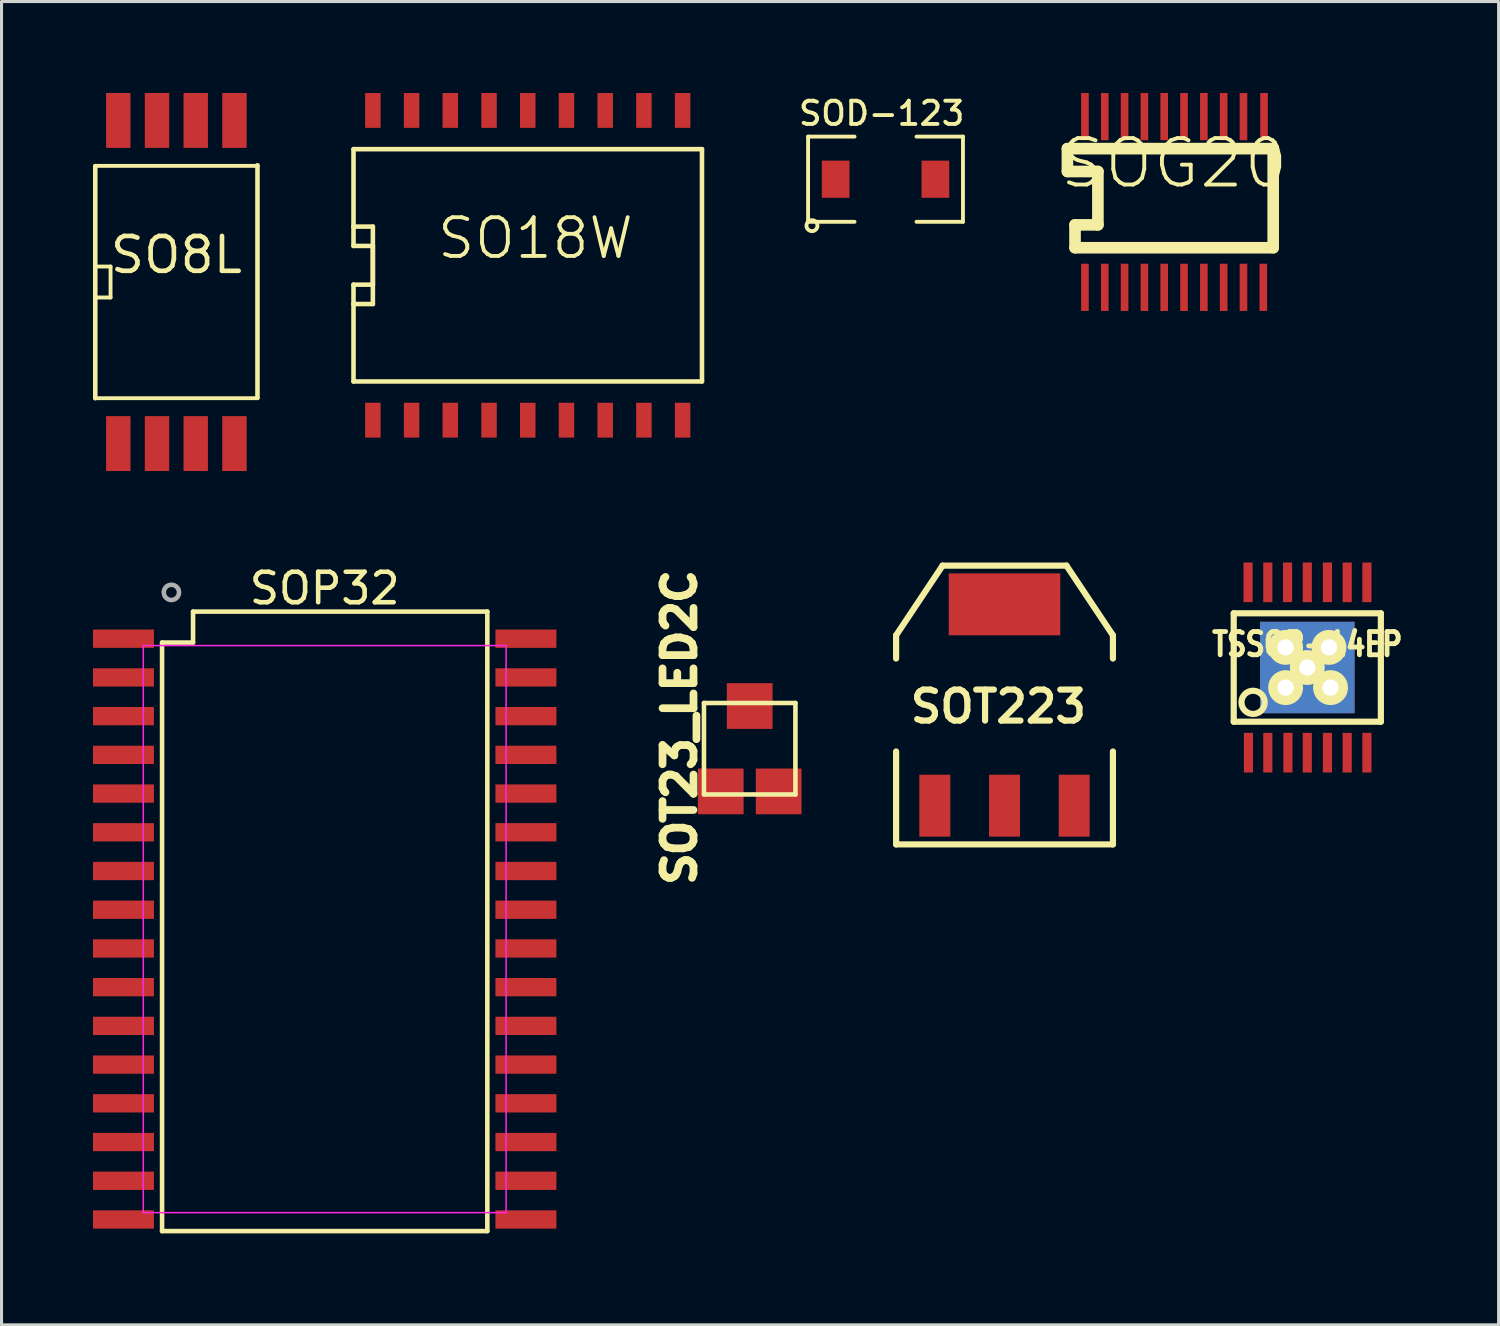
<source format=kicad_pcb>
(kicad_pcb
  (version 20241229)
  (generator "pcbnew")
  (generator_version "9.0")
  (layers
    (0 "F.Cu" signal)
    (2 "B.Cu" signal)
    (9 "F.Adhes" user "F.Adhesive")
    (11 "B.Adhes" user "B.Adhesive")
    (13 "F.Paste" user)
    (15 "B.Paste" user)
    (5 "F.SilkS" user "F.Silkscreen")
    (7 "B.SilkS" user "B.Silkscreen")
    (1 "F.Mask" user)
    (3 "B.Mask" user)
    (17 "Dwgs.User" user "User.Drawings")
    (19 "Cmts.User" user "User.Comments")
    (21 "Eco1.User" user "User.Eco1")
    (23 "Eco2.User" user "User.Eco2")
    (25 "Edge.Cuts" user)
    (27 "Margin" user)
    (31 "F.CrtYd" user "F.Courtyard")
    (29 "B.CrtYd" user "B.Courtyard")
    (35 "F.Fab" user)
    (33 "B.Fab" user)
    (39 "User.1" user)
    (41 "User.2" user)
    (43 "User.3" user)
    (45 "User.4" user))
  (footprint "TSSOP-14EP"
    (layer "F.Cu")
    (at 39.829 18.844)
    (property "Reference" "TSSOP-14EP" (at 0 -0.762 0) (layer "F.SilkS") (effects (font (size 0.762 0.635) (thickness 0.16))))
    (attr smd)
    (fp_line (start -2.413 -1.778) (end 2.413 -1.778) (stroke (width 0.203) (type solid)) (layer "F.SilkS"))
    (fp_line (start -2.413 1.778) (end -2.413 -1.778) (stroke (width 0.203) (type solid)) (layer "F.SilkS"))
    (fp_line (start 2.413 -1.778) (end 2.413 1.778) (stroke (width 0.203) (type solid)) (layer "F.SilkS"))
    (fp_line (start 2.413 1.778) (end -2.413 1.778) (stroke (width 0.203) (type solid)) (layer "F.SilkS"))
    (fp_circle (center -1.778 1.143) (end -2.159 1.143) (stroke (width 0.203) (type solid)) (fill no) (layer "F.SilkS"))
    (pad "1" smd rect (at -1.93 2.794) (size 0.3 1.3) (layers "F.Cu" "F.Mask" "F.Paste"))
    (pad "2" smd rect (at -1.295 2.794) (size 0.3 1.3) (layers "F.Cu" "F.Mask" "F.Paste"))
    (pad "3" smd rect (at -0.635 2.794) (size 0.3 1.3) (layers "F.Cu" "F.Mask" "F.Paste"))
    (pad "4" smd rect (at 0 2.794) (size 0.3 1.3) (layers "F.Cu" "F.Mask" "F.Paste"))
    (pad "5" smd rect (at 0.66 2.794) (size 0.3 1.3) (layers "F.Cu" "F.Mask" "F.Paste"))
    (pad "6" smd rect (at 1.308 2.794) (size 0.3 1.3) (layers "F.Cu" "F.Mask" "F.Paste"))
    (pad "7" smd rect (at 1.956 2.794) (size 0.3 1.3) (layers "F.Cu" "F.Mask" "F.Paste"))
    (pad "8" smd rect (at 1.956 -2.794) (size 0.3 1.3) (layers "F.Cu" "F.Mask" "F.Paste"))
    (pad "9" smd rect (at 1.308 -2.794) (size 0.3 1.3) (layers "F.Cu" "F.Mask" "F.Paste"))
    (pad "10" smd rect (at 0.66 -2.794) (size 0.3 1.3) (layers "F.Cu" "F.Mask" "F.Paste"))
    (pad "11" smd rect (at 0 -2.794) (size 0.3 1.3) (layers "F.Cu" "F.Mask" "F.Paste"))
    (pad "12" smd rect (at -0.648 -2.794) (size 0.3 1.3) (layers "F.Cu" "F.Mask" "F.Paste"))
    (pad "13" smd rect (at -1.295 -2.794) (size 0.3 1.3) (layers "F.Cu" "F.Mask" "F.Paste"))
    (pad "14" smd rect (at -1.943 -2.794) (size 0.3 1.3) (layers "F.Cu" "F.Mask" "F.Paste"))
    (pad "15" thru_hole circle (at -0.711 -0.66) (size 1.143 1.143) (drill 0.533) (layers "*.Cu" "*.Mask" "F.SilkS"))
    (pad "15" thru_hole circle (at -0.711 0.66) (size 1.143 1.143) (drill 0.533) (layers "*.Cu" "*.Mask" "F.SilkS"))
    (pad "15" thru_hole circle (at 0 0) (size 1.143 1.143) (drill 0.533) (layers "*.Cu" "*.Mask" "F.SilkS"))
    (pad "15" smd rect (at 0 0) (size 3.1 3) (layers "F.Cu" "F.Mask" "F.Paste"))
    (pad "15" smd rect (at 0 0) (size 3.1 3) (layers "B.Cu" "B.Mask"))
    (pad "15" thru_hole circle (at 0.711 -0.66) (size 1.143 1.143) (drill 0.533) (layers "*.Cu" "*.Mask" "F.SilkS"))
    (pad "15" thru_hole circle (at 0.762 0.66) (size 1.143 1.143) (drill 0.533) (layers "*.Cu" "*.Mask" "F.SilkS")))
  (footprint "SO8L"
    (layer "F.Cu")
    (at 2.735 6.2)
    (property "Reference" "SO8L" (at 0 -0.889 0) (layer "F.SilkS") (effects (font (size 1.143 1.143) (thickness 0.152))))
    (attr smd)
    (fp_line (start -2.667 -0.508) (end -2.159 -0.508) (stroke (width 0.127) (type solid)) (layer "F.SilkS"))
    (fp_line (start -2.667 3.81) (end 2.667 3.81) (stroke (width 0.127) (type solid)) (layer "F.SilkS"))
    (fp_line (start -2.66 3.81) (end -2.66 -3.8) (stroke (width 0.15) (type solid)) (layer "F.SilkS"))
    (fp_line (start -2.159 -0.508) (end -2.159 0.508) (stroke (width 0.127) (type solid)) (layer "F.SilkS"))
    (fp_line (start -2.159 0.508) (end -2.667 0.508) (stroke (width 0.127) (type solid)) (layer "F.SilkS"))
    (fp_line (start 2.66 -3.83) (end 2.66 3.79) (stroke (width 0.15) (type solid)) (layer "F.SilkS"))
    (fp_line (start 2.667 -3.81) (end -2.667 -3.81) (stroke (width 0.127) (type solid)) (layer "F.SilkS"))
    (pad "1" smd rect (at -1.905 5.3) (size 0.8 1.8) (layers "F.Cu" "F.Mask" "F.Paste"))
    (pad "2" smd rect (at -0.635 5.3) (size 0.8 1.8) (layers "F.Cu" "F.Mask" "F.Paste"))
    (pad "3" smd rect (at 0.635 5.3) (size 0.8 1.8) (layers "F.Cu" "F.Mask" "F.Paste"))
    (pad "4" smd rect (at 1.905 5.3) (size 0.8 1.8) (layers "F.Cu" "F.Mask" "F.Paste"))
    (pad "5" smd rect (at 1.905 -5.3) (size 0.8 1.8) (layers "F.Cu" "F.Mask" "F.Paste"))
    (pad "6" smd rect (at 0.635 -5.3) (size 0.8 1.8) (layers "F.Cu" "F.Mask" "F.Paste"))
    (pad "7" smd rect (at -0.635 -5.3) (size 0.8 1.8) (layers "F.Cu" "F.Mask" "F.Paste"))
    (pad "8" smd rect (at -1.905 -5.3) (size 0.8 1.8) (layers "F.Cu" "F.Mask" "F.Paste")))
  (footprint "SOT23_LED2C"
    (layer "F.Cu")
    (at 21.54 21.508)
    (property "Reference" "SOT23_LED2C" (at -2.3 -0.7 90) (layer "F.SilkS") (effects (font (size 1.016 1.016) (thickness 0.254))))
    (attr through_hole)
    (fp_line (start -1.5 -1.5) (end 1.5 -1.5) (stroke (width 0.15) (type solid)) (layer "F.SilkS"))
    (fp_line (start -1.5 1.5) (end -1.5 -1.5) (stroke (width 0.15) (type solid)) (layer "F.SilkS"))
    (fp_line (start 1.5 -1.5) (end 1.5 1.5) (stroke (width 0.15) (type solid)) (layer "F.SilkS"))
    (fp_line (start 1.5 1.5) (end -1.5 1.5) (stroke (width 0.15) (type solid)) (layer "F.SilkS"))
    (pad "ANOD" smd rect (at 0 -1.4) (size 1.5 1.5) (layers "F.Cu" "F.Mask" "F.Paste"))
    (pad "GRN" smd rect (at -0.95 1.4) (size 1.5 1.5) (layers "F.Cu" "F.Mask" "F.Paste"))
    (pad "RED" smd rect (at 0.95 1.4) (size 1.5 1.5) (layers "F.Cu" "F.Mask" "F.Paste")))
  (footprint "SO18W"
    (layer "F.Cu")
    (at 14.26 5.652)
    (property "Reference" "SO18W" (at 0.254 -0.889 0) (layer "F.SilkS") (effects (font (size 1.27 1.27) (thickness 0.127))))
    (attr smd)
    (fp_line (start -5.715 -3.81) (end 5.715 -3.81) (stroke (width 0.15) (type solid)) (layer "F.SilkS"))
    (fp_line (start -5.715 -1.27) (end -5.715 -3.81) (stroke (width 0.15) (type solid)) (layer "F.SilkS"))
    (fp_line (start -5.715 -0.635) (end -5.715 -1.27) (stroke (width 0.15) (type solid)) (layer "F.SilkS"))
    (fp_line (start -5.715 0.635) (end -5.08 0.635) (stroke (width 0.15) (type solid)) (layer "F.SilkS"))
    (fp_line (start -5.715 1.27) (end -5.715 0.635) (stroke (width 0.15) (type solid)) (layer "F.SilkS"))
    (fp_line (start -5.715 1.27) (end -5.08 1.27) (stroke (width 0.15) (type solid)) (layer "F.SilkS"))
    (fp_line (start -5.715 3.81) (end -5.715 1.27) (stroke (width 0.15) (type solid)) (layer "F.SilkS"))
    (fp_line (start -5.08 -1.27) (end -5.715 -1.27) (stroke (width 0.15) (type solid)) (layer "F.SilkS"))
    (fp_line (start -5.08 -0.635) (end -5.715 -0.635) (stroke (width 0.15) (type solid)) (layer "F.SilkS"))
    (fp_line (start -5.08 0.635) (end -5.08 -0.635) (stroke (width 0.15) (type solid)) (layer "F.SilkS"))
    (fp_line (start -5.08 1.27) (end -5.08 -1.27) (stroke (width 0.15) (type solid)) (layer "F.SilkS"))
    (fp_line (start 5.715 -3.81) (end 5.715 3.81) (stroke (width 0.15) (type solid)) (layer "F.SilkS"))
    (fp_line (start 5.715 3.81) (end -5.715 3.81) (stroke (width 0.15) (type solid)) (layer "F.SilkS"))
    (pad "1" smd rect (at -5.08 5.08) (size 0.508 1.143) (layers "F.Cu" "F.Mask" "F.Paste"))
    (pad "2" smd rect (at -3.81 5.08) (size 0.508 1.143) (layers "F.Cu" "F.Mask" "F.Paste"))
    (pad "3" smd rect (at -2.54 5.08) (size 0.508 1.143) (layers "F.Cu" "F.Mask" "F.Paste"))
    (pad "4" smd rect (at -1.27 5.08) (size 0.508 1.143) (layers "F.Cu" "F.Mask" "F.Paste"))
    (pad "5" smd rect (at 0 5.08) (size 0.508 1.143) (layers "F.Cu" "F.Mask" "F.Paste"))
    (pad "6" smd rect (at 1.27 5.08) (size 0.508 1.143) (layers "F.Cu" "F.Mask" "F.Paste"))
    (pad "7" smd rect (at 2.54 5.08) (size 0.508 1.143) (layers "F.Cu" "F.Mask" "F.Paste"))
    (pad "8" smd rect (at 3.81 5.08) (size 0.508 1.143) (layers "F.Cu" "F.Mask" "F.Paste"))
    (pad "9" smd rect (at 5.08 5.08) (size 0.508 1.143) (layers "F.Cu" "F.Mask" "F.Paste"))
    (pad "10" smd rect (at 5.08 -5.08) (size 0.508 1.143) (layers "F.Cu" "F.Mask" "F.Paste"))
    (pad "11" smd rect (at 3.81 -5.08) (size 0.508 1.143) (layers "F.Cu" "F.Mask" "F.Paste"))
    (pad "12" smd rect (at 2.54 -5.08) (size 0.508 1.143) (layers "F.Cu" "F.Mask" "F.Paste"))
    (pad "13" smd rect (at 1.27 -5.08) (size 0.508 1.143) (layers "F.Cu" "F.Mask" "F.Paste"))
    (pad "14" smd rect (at 0 -5.08) (size 0.508 1.143) (layers "F.Cu" "F.Mask" "F.Paste"))
    (pad "15" smd rect (at -1.27 -5.08) (size 0.508 1.143) (layers "F.Cu" "F.Mask" "F.Paste"))
    (pad "16" smd rect (at -2.54 -5.08) (size 0.508 1.143) (layers "F.Cu" "F.Mask" "F.Paste"))
    (pad "17" smd rect (at -3.81 -5.08) (size 0.508 1.143) (layers "F.Cu" "F.Mask" "F.Paste"))
    (pad "18" smd rect (at -5.08 -5.08) (size 0.508 1.143) (layers "F.Cu" "F.Mask" "F.Paste")))
  (footprint "SOD-123"
    (layer "F.Cu")
    (at 25.995 2.828)
    (property "Reference" "SOD-123" (at -0.127 -2.159 0) (layer "F.SilkS") (effects (font (size 0.762 0.762) (thickness 0.127))))
    (attr smd)
    (fp_line (start -2.54 -1.397) (end -2.54 1.397) (stroke (width 0.127) (type solid)) (layer "F.SilkS"))
    (fp_line (start -2.54 1.397) (end -1.016 1.397) (stroke (width 0.127) (type solid)) (layer "F.SilkS"))
    (fp_line (start -1.016 -1.397) (end -2.54 -1.397) (stroke (width 0.127) (type solid)) (layer "F.SilkS"))
    (fp_line (start 1.016 1.397) (end 2.54 1.397) (stroke (width 0.127) (type solid)) (layer "F.SilkS"))
    (fp_line (start 2.54 -1.397) (end 1.016 -1.397) (stroke (width 0.127) (type solid)) (layer "F.SilkS"))
    (fp_line (start 2.54 1.397) (end 2.54 -1.397) (stroke (width 0.127) (type solid)) (layer "F.SilkS"))
    (fp_circle (center -2.413 1.524) (end -2.286 1.397) (stroke (width 0.127) (type solid)) (fill no) (layer "F.SilkS"))
    (pad "1" smd rect (at -1.636 0) (size 0.909 1.219) (layers "F.Cu" "F.Mask" "F.Paste"))
    (pad "2" smd rect (at 1.636 0) (size 0.909 1.219) (layers "F.Cu" "F.Mask" "F.Paste")))
  (footprint "SOG20"
    (layer "F.Cu")
    (at 35.461 3.575)
    (property "Reference" "SOG20" (at 0 -1.27 0) (layer "F.SilkS") (effects (font (size 1.524 1.524) (thickness 0.127))))
    (attr smd)
    (fp_line (start -3.5 -1.75) (end 3.25 -1.75) (stroke (width 0.381) (type solid)) (layer "F.SilkS"))
    (fp_line (start -3.5 -1) (end -3.5 -1.75) (stroke (width 0.381) (type solid)) (layer "F.SilkS"))
    (fp_line (start -3.25 0.75) (end -2.5 0.75) (stroke (width 0.381) (type solid)) (layer "F.SilkS"))
    (fp_line (start -3.25 1.5) (end -3.25 0.75) (stroke (width 0.381) (type solid)) (layer "F.SilkS"))
    (fp_line (start -2.5 -1) (end -3.5 -1) (stroke (width 0.381) (type solid)) (layer "F.SilkS"))
    (fp_line (start -2.5 0.75) (end -2.5 -1) (stroke (width 0.381) (type solid)) (layer "F.SilkS"))
    (fp_line (start 3.25 -1.75) (end 3.25 1.5) (stroke (width 0.381) (type solid)) (layer "F.SilkS"))
    (fp_line (start 3.25 1.5) (end -3.25 1.5) (stroke (width 0.381) (type solid)) (layer "F.SilkS"))
    (pad "1" smd rect (at -2.925 2.8) (size 0.25 1.55) (layers "F.Cu" "F.Mask" "F.Paste"))
    (pad "2" smd rect (at -2.275 2.8) (size 0.25 1.55) (layers "F.Cu" "F.Mask" "F.Paste"))
    (pad "3" smd rect (at -1.625 2.8) (size 0.25 1.55) (layers "F.Cu" "F.Mask" "F.Paste"))
    (pad "4" smd rect (at -0.975 2.8) (size 0.25 1.55) (layers "F.Cu" "F.Mask" "F.Paste"))
    (pad "5" smd rect (at -0.325 2.8) (size 0.25 1.55) (layers "F.Cu" "F.Mask" "F.Paste"))
    (pad "6" smd rect (at 0.325 2.8) (size 0.25 1.55) (layers "F.Cu" "F.Mask" "F.Paste"))
    (pad "7" smd rect (at 0.975 2.8) (size 0.25 1.55) (layers "F.Cu" "F.Mask" "F.Paste"))
    (pad "8" smd rect (at 1.625 2.8) (size 0.25 1.55) (layers "F.Cu" "F.Mask" "F.Paste"))
    (pad "9" smd rect (at 2.275 2.8) (size 0.25 1.55) (layers "F.Cu" "F.Mask" "F.Paste"))
    (pad "10" smd rect (at 2.925 2.8) (size 0.25 1.55) (layers "F.Cu" "F.Mask" "F.Paste"))
    (pad "11" smd rect (at 2.95 -2.8) (size 0.25 1.55) (layers "F.Cu" "F.Mask" "F.Paste"))
    (pad "12" smd rect (at 2.275 -2.8) (size 0.25 1.55) (layers "F.Cu" "F.Mask" "F.Paste"))
    (pad "13" smd rect (at 1.625 -2.8) (size 0.25 1.55) (layers "F.Cu" "F.Mask" "F.Paste"))
    (pad "14" smd rect (at 0.975 -2.8) (size 0.25 1.55) (layers "F.Cu" "F.Mask" "F.Paste"))
    (pad "15" smd rect (at 0.325 -2.8) (size 0.25 1.55) (layers "F.Cu" "F.Mask" "F.Paste"))
    (pad "16" smd rect (at -0.325 -2.8) (size 0.25 1.55) (layers "F.Cu" "F.Mask" "F.Paste"))
    (pad "17" smd rect (at -0.975 -2.8) (size 0.25 1.55) (layers "F.Cu" "F.Mask" "F.Paste"))
    (pad "18" smd rect (at -1.625 -2.8) (size 0.25 1.55) (layers "F.Cu" "F.Mask" "F.Paste"))
    (pad "19" smd rect (at -2.275 -2.8) (size 0.25 1.55) (layers "F.Cu" "F.Mask" "F.Paste"))
    (pad "20" smd rect (at -2.925 -2.8) (size 0.25 1.55) (layers "F.Cu" "F.Mask" "F.Paste")))
  (footprint "SOP32"
    (layer "F.Cu")
    (at 7.6 27.424)
    (property "Reference" "SOP32" (at 0 -11.176 0) (layer "F.SilkS") (effects (font (size 1 1) (thickness 0.15))))
    (attr smd)
    (fp_line (start -5.334 -9.398) (end -4.318 -9.398) (stroke (width 0.15) (type solid)) (layer "F.SilkS"))
    (fp_line (start -5.334 9.906) (end -5.334 -9.398) (stroke (width 0.15) (type solid)) (layer "F.SilkS"))
    (fp_line (start -4.318 -10.414) (end 5.334 -10.414) (stroke (width 0.15) (type solid)) (layer "F.SilkS"))
    (fp_line (start -4.318 -9.398) (end -4.318 -10.414) (stroke (width 0.15) (type solid)) (layer "F.SilkS"))
    (fp_line (start 5.334 -10.414) (end 5.334 9.906) (stroke (width 0.15) (type solid)) (layer "F.SilkS"))
    (fp_line (start 5.334 9.906) (end -5.334 9.906) (stroke (width 0.15) (type solid)) (layer "F.SilkS"))
    (fp_line (start -5.95 -9.3) (end -5.95 9.3) (stroke (width 0.05) (type solid)) (layer "F.CrtYd"))
    (fp_line (start -5.95 -9.3) (end 5.95 -9.3) (stroke (width 0.05) (type solid)) (layer "F.CrtYd"))
    (fp_line (start -5.95 9.3) (end 5.95 9.3) (stroke (width 0.05) (type solid)) (layer "F.CrtYd"))
    (fp_line (start 5.95 -9.3) (end 5.95 9.3) (stroke (width 0.05) (type solid)) (layer "F.CrtYd"))
    (fp_circle (center -5.028 -11.044) (end -5.278 -11.044) (stroke (width 0.15) (type solid)) (fill no) (layer "F.Fab"))
    (pad "1" smd rect (at -6.6 -9.525) (size 2 0.6) (layers "F.Cu" "F.Mask" "F.Paste"))
    (pad "2" smd rect (at -6.6 -8.255) (size 2 0.6) (layers "F.Cu" "F.Mask" "F.Paste"))
    (pad "3" smd rect (at -6.6 -6.985) (size 2 0.6) (layers "F.Cu" "F.Mask" "F.Paste"))
    (pad "4" smd rect (at -6.6 -5.715) (size 2 0.6) (layers "F.Cu" "F.Mask" "F.Paste"))
    (pad "5" smd rect (at -6.6 -4.445) (size 2 0.6) (layers "F.Cu" "F.Mask" "F.Paste"))
    (pad "6" smd rect (at -6.6 -3.175) (size 2 0.6) (layers "F.Cu" "F.Mask" "F.Paste"))
    (pad "7" smd rect (at -6.6 -1.905) (size 2 0.6) (layers "F.Cu" "F.Mask" "F.Paste"))
    (pad "8" smd rect (at -6.6 -0.635) (size 2 0.6) (layers "F.Cu" "F.Mask" "F.Paste"))
    (pad "9" smd rect (at -6.6 0.635) (size 2 0.6) (layers "F.Cu" "F.Mask" "F.Paste"))
    (pad "10" smd rect (at -6.6 1.905) (size 2 0.6) (layers "F.Cu" "F.Mask" "F.Paste"))
    (pad "11" smd rect (at -6.6 3.175) (size 2 0.6) (layers "F.Cu" "F.Mask" "F.Paste"))
    (pad "12" smd rect (at -6.6 4.445) (size 2 0.6) (layers "F.Cu" "F.Mask" "F.Paste"))
    (pad "13" smd rect (at -6.6 5.715) (size 2 0.6) (layers "F.Cu" "F.Mask" "F.Paste"))
    (pad "14" smd rect (at -6.6 6.985) (size 2 0.6) (layers "F.Cu" "F.Mask" "F.Paste"))
    (pad "15" smd rect (at -6.6 8.255) (size 2 0.6) (layers "F.Cu" "F.Mask" "F.Paste"))
    (pad "16" smd rect (at -6.6 9.525) (size 2 0.6) (layers "F.Cu" "F.Mask" "F.Paste"))
    (pad "17" smd rect (at 6.6 9.525) (size 2 0.6) (layers "F.Cu" "F.Mask" "F.Paste"))
    (pad "18" smd rect (at 6.6 8.255) (size 2 0.6) (layers "F.Cu" "F.Mask" "F.Paste"))
    (pad "19" smd rect (at 6.6 6.985) (size 2 0.6) (layers "F.Cu" "F.Mask" "F.Paste"))
    (pad "20" smd rect (at 6.6 5.715) (size 2 0.6) (layers "F.Cu" "F.Mask" "F.Paste"))
    (pad "21" smd rect (at 6.6 4.445) (size 2 0.6) (layers "F.Cu" "F.Mask" "F.Paste"))
    (pad "22" smd rect (at 6.6 3.175) (size 2 0.6) (layers "F.Cu" "F.Mask" "F.Paste"))
    (pad "23" smd rect (at 6.6 1.905) (size 2 0.6) (layers "F.Cu" "F.Mask" "F.Paste"))
    (pad "24" smd rect (at 6.6 0.635) (size 2 0.6) (layers "F.Cu" "F.Mask" "F.Paste"))
    (pad "25" smd rect (at 6.6 -0.635) (size 2 0.6) (layers "F.Cu" "F.Mask" "F.Paste"))
    (pad "26" smd rect (at 6.6 -1.905) (size 2 0.6) (layers "F.Cu" "F.Mask" "F.Paste"))
    (pad "27" smd rect (at 6.6 -3.175) (size 2 0.6) (layers "F.Cu" "F.Mask" "F.Paste"))
    (pad "28" smd rect (at 6.6 -4.445) (size 2 0.6) (layers "F.Cu" "F.Mask" "F.Paste"))
    (pad "29" smd rect (at 6.6 -5.715) (size 2 0.6) (layers "F.Cu" "F.Mask" "F.Paste"))
    (pad "30" smd rect (at 6.6 -6.985) (size 2 0.6) (layers "F.Cu" "F.Mask" "F.Paste"))
    (pad "31" smd rect (at 6.6 -8.255) (size 2 0.6) (layers "F.Cu" "F.Mask" "F.Paste"))
    (pad "32" smd rect (at 6.6 -9.525) (size 2 0.6) (layers "F.Cu" "F.Mask" "F.Paste")))
  (footprint "SOT223"
    (layer "F.Cu")
    (at 29.898 20.074)
    (property "Reference" "SOT223" (at -0.203 0.051 0) (layer "F.SilkS") (effects (font (size 1.016 1.016) (thickness 0.203))))
    (attr smd)
    (fp_line (start -3.556 -2.286) (end -2.032 -4.572) (stroke (width 0.203) (type solid)) (layer "F.SilkS"))
    (fp_line (start -3.556 -1.524) (end -3.556 -2.286) (stroke (width 0.203) (type solid)) (layer "F.SilkS"))
    (fp_line (start -3.556 1.524) (end -3.556 4.572) (stroke (width 0.203) (type solid)) (layer "F.SilkS"))
    (fp_line (start -3.556 4.572) (end 3.556 4.572) (stroke (width 0.203) (type solid)) (layer "F.SilkS"))
    (fp_line (start -2.032 -4.572) (end 2.032 -4.572) (stroke (width 0.203) (type solid)) (layer "F.SilkS"))
    (fp_line (start 2.032 -4.572) (end 3.556 -2.286) (stroke (width 0.203) (type solid)) (layer "F.SilkS"))
    (fp_line (start 3.556 -2.286) (end 3.556 -1.524) (stroke (width 0.203) (type solid)) (layer "F.SilkS"))
    (fp_line (start 3.556 4.572) (end 3.556 1.524) (stroke (width 0.203) (type solid)) (layer "F.SilkS"))
    (pad "1" smd rect (at -2.286 3.302) (size 1.016 2.032) (layers "F.Cu" "F.Mask" "F.Paste"))
    (pad "2" smd rect (at 0 3.302) (size 1.016 2.032) (layers "F.Cu" "F.Mask" "F.Paste"))
    (pad "3" smd rect (at 2.286 3.302) (size 1.016 2.032) (layers "F.Cu" "F.Mask" "F.Paste"))
    (pad "4" smd rect (at 0 -3.302) (size 3.658 2.032) (layers "F.Cu" "F.Mask" "F.Paste")))
  (gr_rect
    (start -3 -3)
    (end 46.103 40.405)
    (stroke (width 0.1) (type default))
    (fill no)
    (layer "Edge.Cuts")))
</source>
